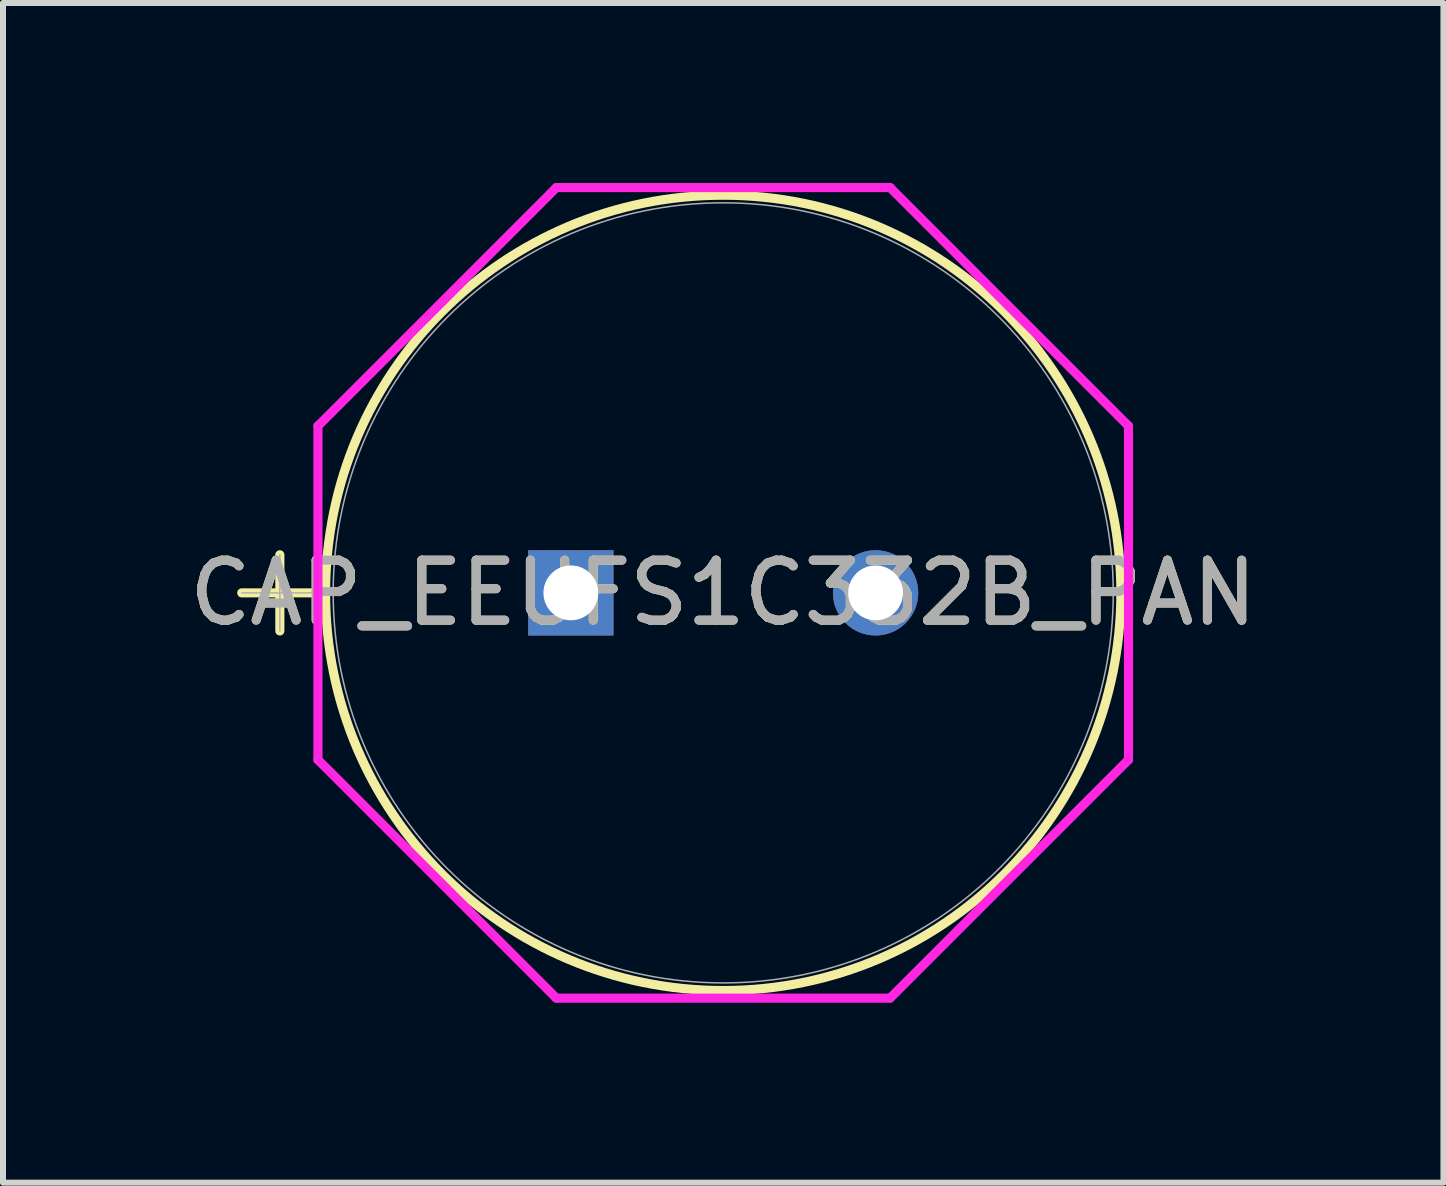
<source format=kicad_pcb>
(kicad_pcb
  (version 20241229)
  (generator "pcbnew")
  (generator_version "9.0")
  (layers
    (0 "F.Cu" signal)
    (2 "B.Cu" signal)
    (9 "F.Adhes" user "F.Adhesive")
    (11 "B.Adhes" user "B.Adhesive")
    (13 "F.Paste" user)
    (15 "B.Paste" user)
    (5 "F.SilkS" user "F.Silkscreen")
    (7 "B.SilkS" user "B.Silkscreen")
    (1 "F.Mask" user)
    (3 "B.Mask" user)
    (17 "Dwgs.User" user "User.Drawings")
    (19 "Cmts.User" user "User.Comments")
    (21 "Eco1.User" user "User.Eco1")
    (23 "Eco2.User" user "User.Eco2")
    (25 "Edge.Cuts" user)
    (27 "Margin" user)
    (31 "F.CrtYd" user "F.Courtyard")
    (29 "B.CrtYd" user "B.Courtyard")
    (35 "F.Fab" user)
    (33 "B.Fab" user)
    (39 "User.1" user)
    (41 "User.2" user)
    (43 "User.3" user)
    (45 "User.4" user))
  (footprint "CAP_EEUFS1C332B_PAN"
    (layer "F.Cu")
    (at 6.466 6.833)
    (property "Reference" "CAP_EEUFS1C332B_PAN" (at 2.54 0 0) (unlocked yes) (layer "F.SilkS") (effects (font (size 1 1) (thickness 0.15))))
    (attr through_hole)
    (fp_line (start -5.486 0) (end -4.216 0) (stroke (width 0.152) (type solid)) (layer "F.SilkS"))
    (fp_line (start -4.851 -0.635) (end -4.851 0.635) (stroke (width 0.152) (type solid)) (layer "F.SilkS"))
    (fp_circle (center 2.54 0) (end 9.169 0) (stroke (width 0.152) (type solid)) (fill no) (layer "F.SilkS"))
    (fp_line (start -4.216 -2.782) (end -0.242 -6.756) (stroke (width 0.152) (type solid)) (layer "F.CrtYd"))
    (fp_line (start -4.216 2.782) (end -4.216 -2.782) (stroke (width 0.152) (type solid)) (layer "F.CrtYd"))
    (fp_line (start -0.242 -6.756) (end 5.322 -6.756) (stroke (width 0.152) (type solid)) (layer "F.CrtYd"))
    (fp_line (start -0.242 6.756) (end -4.216 2.782) (stroke (width 0.152) (type solid)) (layer "F.CrtYd"))
    (fp_line (start 5.322 -6.756) (end 9.296 -2.782) (stroke (width 0.152) (type solid)) (layer "F.CrtYd"))
    (fp_line (start 5.322 6.756) (end -0.242 6.756) (stroke (width 0.152) (type solid)) (layer "F.CrtYd"))
    (fp_line (start 9.296 -2.782) (end 9.296 2.782) (stroke (width 0.152) (type solid)) (layer "F.CrtYd"))
    (fp_line (start 9.296 2.782) (end 5.322 6.756) (stroke (width 0.152) (type solid)) (layer "F.CrtYd"))
    (fp_line (start -5.486 0) (end -4.216 0) (stroke (width 0.025) (type solid)) (layer "F.Fab"))
    (fp_line (start -4.851 -0.635) (end -4.851 0.635) (stroke (width 0.025) (type solid)) (layer "F.Fab"))
    (fp_circle (center 2.54 0) (end 9.042 0) (stroke (width 0.025) (type solid)) (fill no) (layer "F.Fab"))
    (fp_text user "${REFERENCE}" (at 2.54 0 0) (unlocked yes) (layer "F.Fab") (effects (font (size 1 1) (thickness 0.15))))
    (pad "1" thru_hole rect (at 0 0) (size 1.422 1.422) (drill 0.914) (layers "*.Cu" "*.Mask"))
    (pad "2" thru_hole circle (at 5.08 0) (size 1.422 1.422) (drill 0.914) (layers "*.Cu" "*.Mask")))
  (gr_rect
    (start -3 -3)
    (end 21.012 16.665)
    (stroke (width 0.1) (type default))
    (fill no)
    (layer "Edge.Cuts")))
</source>
